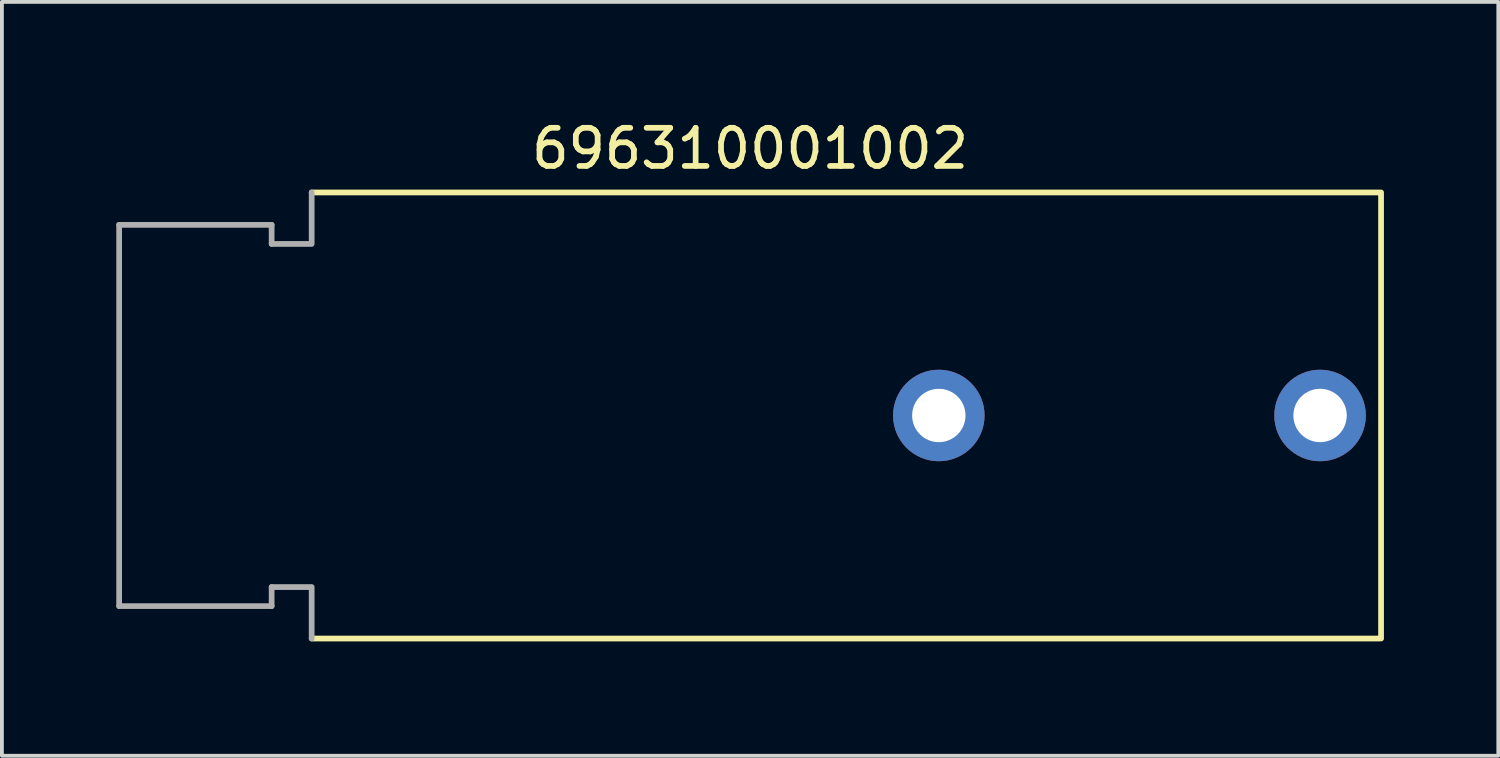
<source format=kicad_pcb>
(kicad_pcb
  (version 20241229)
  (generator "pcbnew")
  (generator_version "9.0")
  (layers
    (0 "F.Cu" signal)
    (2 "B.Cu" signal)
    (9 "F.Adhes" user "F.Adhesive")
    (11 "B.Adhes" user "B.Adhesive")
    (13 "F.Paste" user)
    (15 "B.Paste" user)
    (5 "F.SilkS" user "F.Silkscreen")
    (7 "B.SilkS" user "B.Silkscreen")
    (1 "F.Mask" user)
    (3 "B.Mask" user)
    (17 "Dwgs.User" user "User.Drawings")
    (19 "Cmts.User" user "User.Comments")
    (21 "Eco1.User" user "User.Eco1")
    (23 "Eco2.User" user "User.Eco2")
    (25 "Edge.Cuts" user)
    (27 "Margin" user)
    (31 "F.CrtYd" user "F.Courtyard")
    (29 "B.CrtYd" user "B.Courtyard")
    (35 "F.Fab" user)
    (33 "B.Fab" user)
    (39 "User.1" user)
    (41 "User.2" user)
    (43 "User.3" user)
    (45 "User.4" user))
  (footprint "696310001002"
    (layer "F.Cu")
    (at 16.625 7.848)
    (property "Reference" "696310001002" (at 0 -7 0) (layer "F.SilkS") (effects (font (size 1 1) (thickness 0.15))))
    (attr through_hole)
    (fp_line (start -11.5 5.85) (end 16.5 5.85) (stroke (width 0.15) (type solid)) (layer "F.SilkS"))
    (fp_line (start 16.5 -5.85) (end -11.5 -5.85) (stroke (width 0.15) (type solid)) (layer "F.SilkS"))
    (fp_line (start 16.55 5.85) (end 16.55 -5.85) (stroke (width 0.15) (type solid)) (layer "F.SilkS"))
    (fp_line (start -16.55 -5) (end -16.55 5) (stroke (width 0.15) (type solid)) (layer "F.Fab"))
    (fp_line (start -16.55 -5) (end -12.55 -5) (stroke (width 0.15) (type solid)) (layer "F.Fab"))
    (fp_line (start -16.55 5) (end -12.55 5) (stroke (width 0.15) (type solid)) (layer "F.Fab"))
    (fp_line (start -12.55 -5) (end -12.55 -4.5) (stroke (width 0.15) (type solid)) (layer "F.Fab"))
    (fp_line (start -12.55 -4.5) (end -11.55 -4.5) (stroke (width 0.15) (type solid)) (layer "F.Fab"))
    (fp_line (start -12.55 4.5) (end -11.55 4.5) (stroke (width 0.15) (type solid)) (layer "F.Fab"))
    (fp_line (start -12.55 5) (end -12.55 4.5) (stroke (width 0.15) (type solid)) (layer "F.Fab"))
    (fp_line (start -11.5 -5.85) (end -11.5 -4.5) (stroke (width 0.15) (type solid)) (layer "F.Fab"))
    (fp_line (start -11.5 4.5) (end -11.5 5.85) (stroke (width 0.15) (type solid)) (layer "F.Fab"))
    (pad "1" thru_hole circle (at 4.95 0) (size 2.4 2.4) (drill 1.4) (layers "*.Cu" "*.Mask"))
    (pad "2" thru_hole circle (at 14.95 0) (size 2.4 2.4) (drill 1.4) (layers "*.Cu" "*.Mask")))
  (gr_rect
    (start -3 -3)
    (end 36.25 16.773)
    (stroke (width 0.1) (type default))
    (fill no)
    (layer "Edge.Cuts")))
</source>
